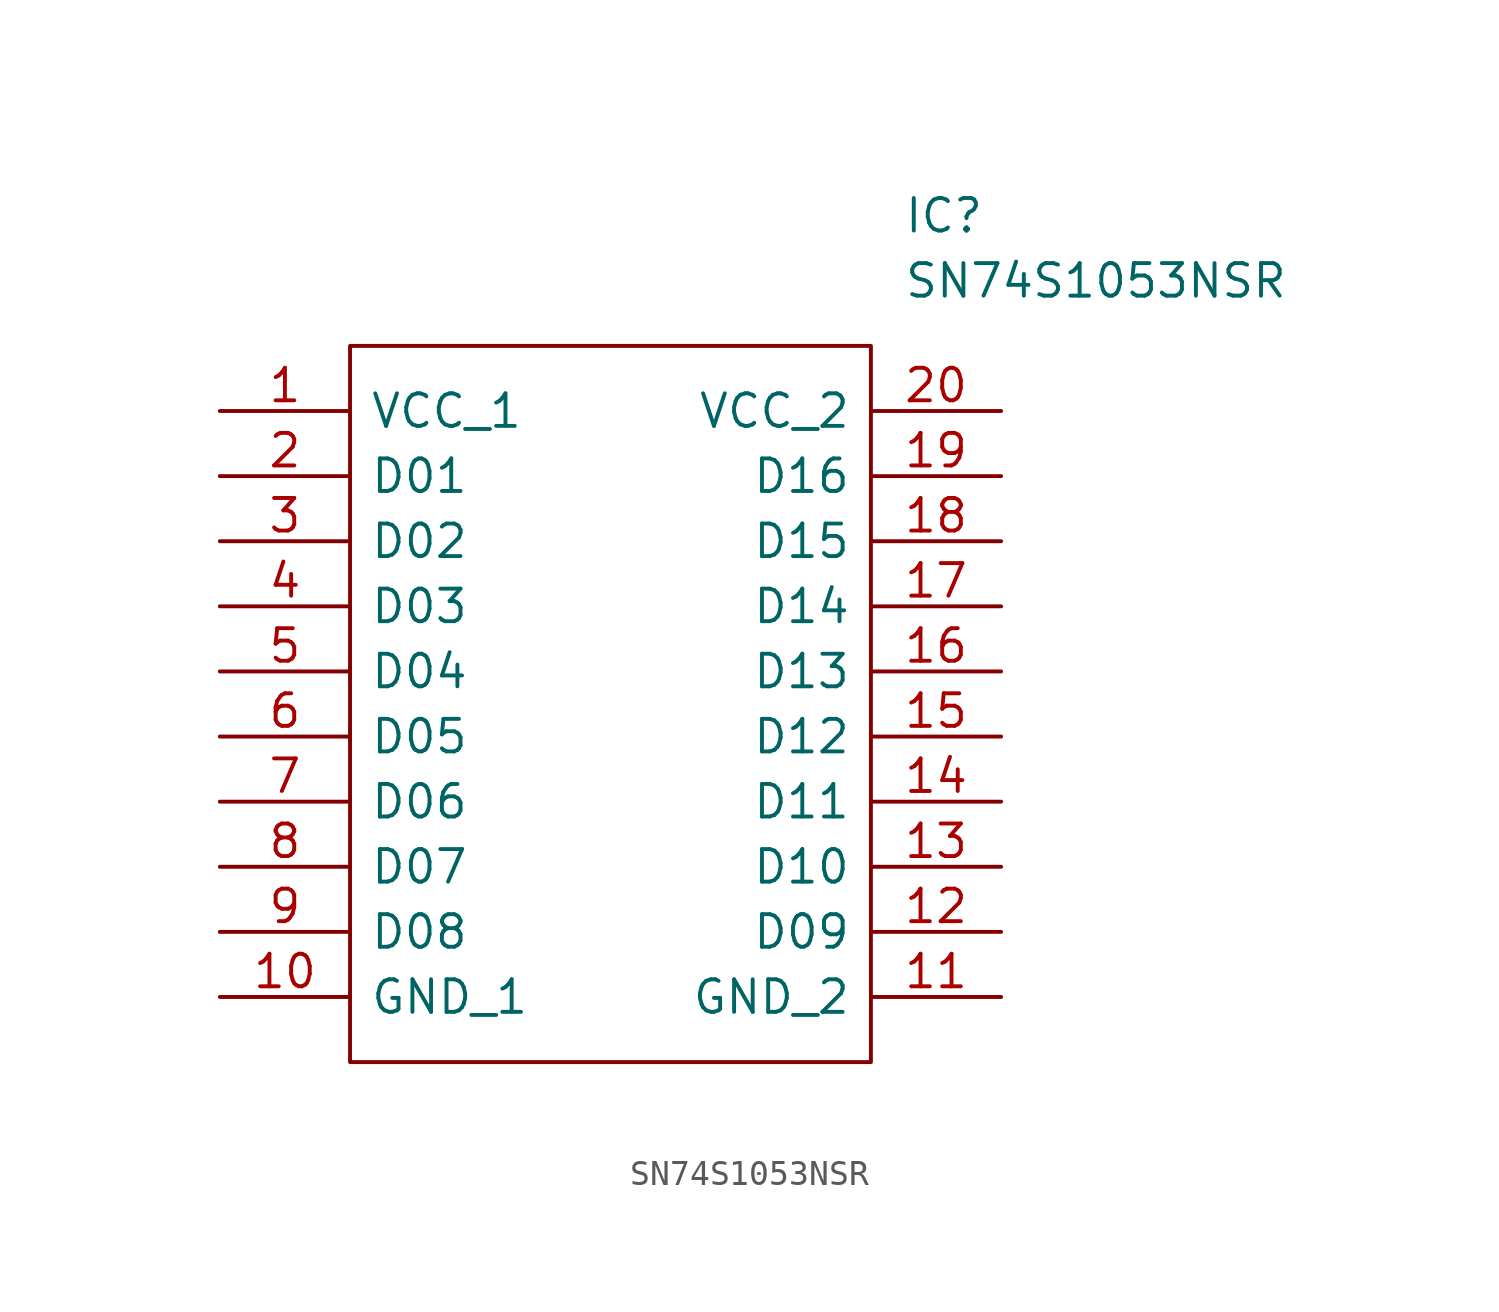
<source format=kicad_sym>
(kicad_symbol_lib
  (version 20211014)
  (generator kicad_symbol_editor)
  (symbol "SN74S1053NSR"
    (pin_names
      (offset 0.762))
    (property "Reference" "IC"
      (at 26.67 7.62 0)
      (effects (font (size 1.27 1.27)) (justify left)))
    (property "Value" "SN74S1053NSR"
      (at 26.67 5.08 0)
      (effects (font (size 1.27 1.27)) (justify left)))
    (symbol "SN74S1053NSR_0_0"
      (pin passive line (at 0 0 0) (length 5.08) (name "VCC_1" (effects (font (size 1.27 1.27)))) (number "1" (effects (font (size 1.27 1.27)))))
      (pin passive line (at 0 -22.86 0) (length 5.08) (name "GND_1" (effects (font (size 1.27 1.27)))) (number "10" (effects (font (size 1.27 1.27)))))
      (pin passive line (at 30.48 -22.86 180) (length 5.08) (name "GND_2" (effects (font (size 1.27 1.27)))) (number "11" (effects (font (size 1.27 1.27)))))
      (pin passive line (at 30.48 -20.32 180) (length 5.08) (name "D09" (effects (font (size 1.27 1.27)))) (number "12" (effects (font (size 1.27 1.27)))))
      (pin passive line (at 30.48 -17.78 180) (length 5.08) (name "D10" (effects (font (size 1.27 1.27)))) (number "13" (effects (font (size 1.27 1.27)))))
      (pin passive line (at 30.48 -15.24 180) (length 5.08) (name "D11" (effects (font (size 1.27 1.27)))) (number "14" (effects (font (size 1.27 1.27)))))
      (pin passive line (at 30.48 -12.7 180) (length 5.08) (name "D12" (effects (font (size 1.27 1.27)))) (number "15" (effects (font (size 1.27 1.27)))))
      (pin passive line (at 30.48 -10.16 180) (length 5.08) (name "D13" (effects (font (size 1.27 1.27)))) (number "16" (effects (font (size 1.27 1.27)))))
      (pin passive line (at 30.48 -7.62 180) (length 5.08) (name "D14" (effects (font (size 1.27 1.27)))) (number "17" (effects (font (size 1.27 1.27)))))
      (pin passive line (at 30.48 -5.08 180) (length 5.08) (name "D15" (effects (font (size 1.27 1.27)))) (number "18" (effects (font (size 1.27 1.27)))))
      (pin passive line (at 30.48 -2.54 180) (length 5.08) (name "D16" (effects (font (size 1.27 1.27)))) (number "19" (effects (font (size 1.27 1.27)))))
      (pin passive line (at 0 -2.54 0) (length 5.08) (name "D01" (effects (font (size 1.27 1.27)))) (number "2" (effects (font (size 1.27 1.27)))))
      (pin passive line (at 30.48 0 180) (length 5.08) (name "VCC_2" (effects (font (size 1.27 1.27)))) (number "20" (effects (font (size 1.27 1.27)))))
      (pin passive line (at 0 -5.08 0) (length 5.08) (name "D02" (effects (font (size 1.27 1.27)))) (number "3" (effects (font (size 1.27 1.27)))))
      (pin passive line (at 0 -7.62 0) (length 5.08) (name "D03" (effects (font (size 1.27 1.27)))) (number "4" (effects (font (size 1.27 1.27)))))
      (pin passive line (at 0 -10.16 0) (length 5.08) (name "D04" (effects (font (size 1.27 1.27)))) (number "5" (effects (font (size 1.27 1.27)))))
      (pin passive line (at 0 -12.7 0) (length 5.08) (name "D05" (effects (font (size 1.27 1.27)))) (number "6" (effects (font (size 1.27 1.27)))))
      (pin passive line (at 0 -15.24 0) (length 5.08) (name "D06" (effects (font (size 1.27 1.27)))) (number "7" (effects (font (size 1.27 1.27)))))
      (pin passive line (at 0 -17.78 0) (length 5.08) (name "D07" (effects (font (size 1.27 1.27)))) (number "8" (effects (font (size 1.27 1.27)))))
      (pin passive line (at 0 -20.32 0) (length 5.08) (name "D08" (effects (font (size 1.27 1.27)))) (number "9" (effects (font (size 1.27 1.27))))))
    (symbol "SN74S1053NSR_0_1"
      (polyline (pts (xy 5.08 2.54) (xy 25.4 2.54) (xy 25.4 -25.4) (xy 5.08 -25.4) (xy 5.08 2.54)) (stroke (width 0.152) (type default) (color 0 0 0 0)) (fill (type none))))))
</source>
